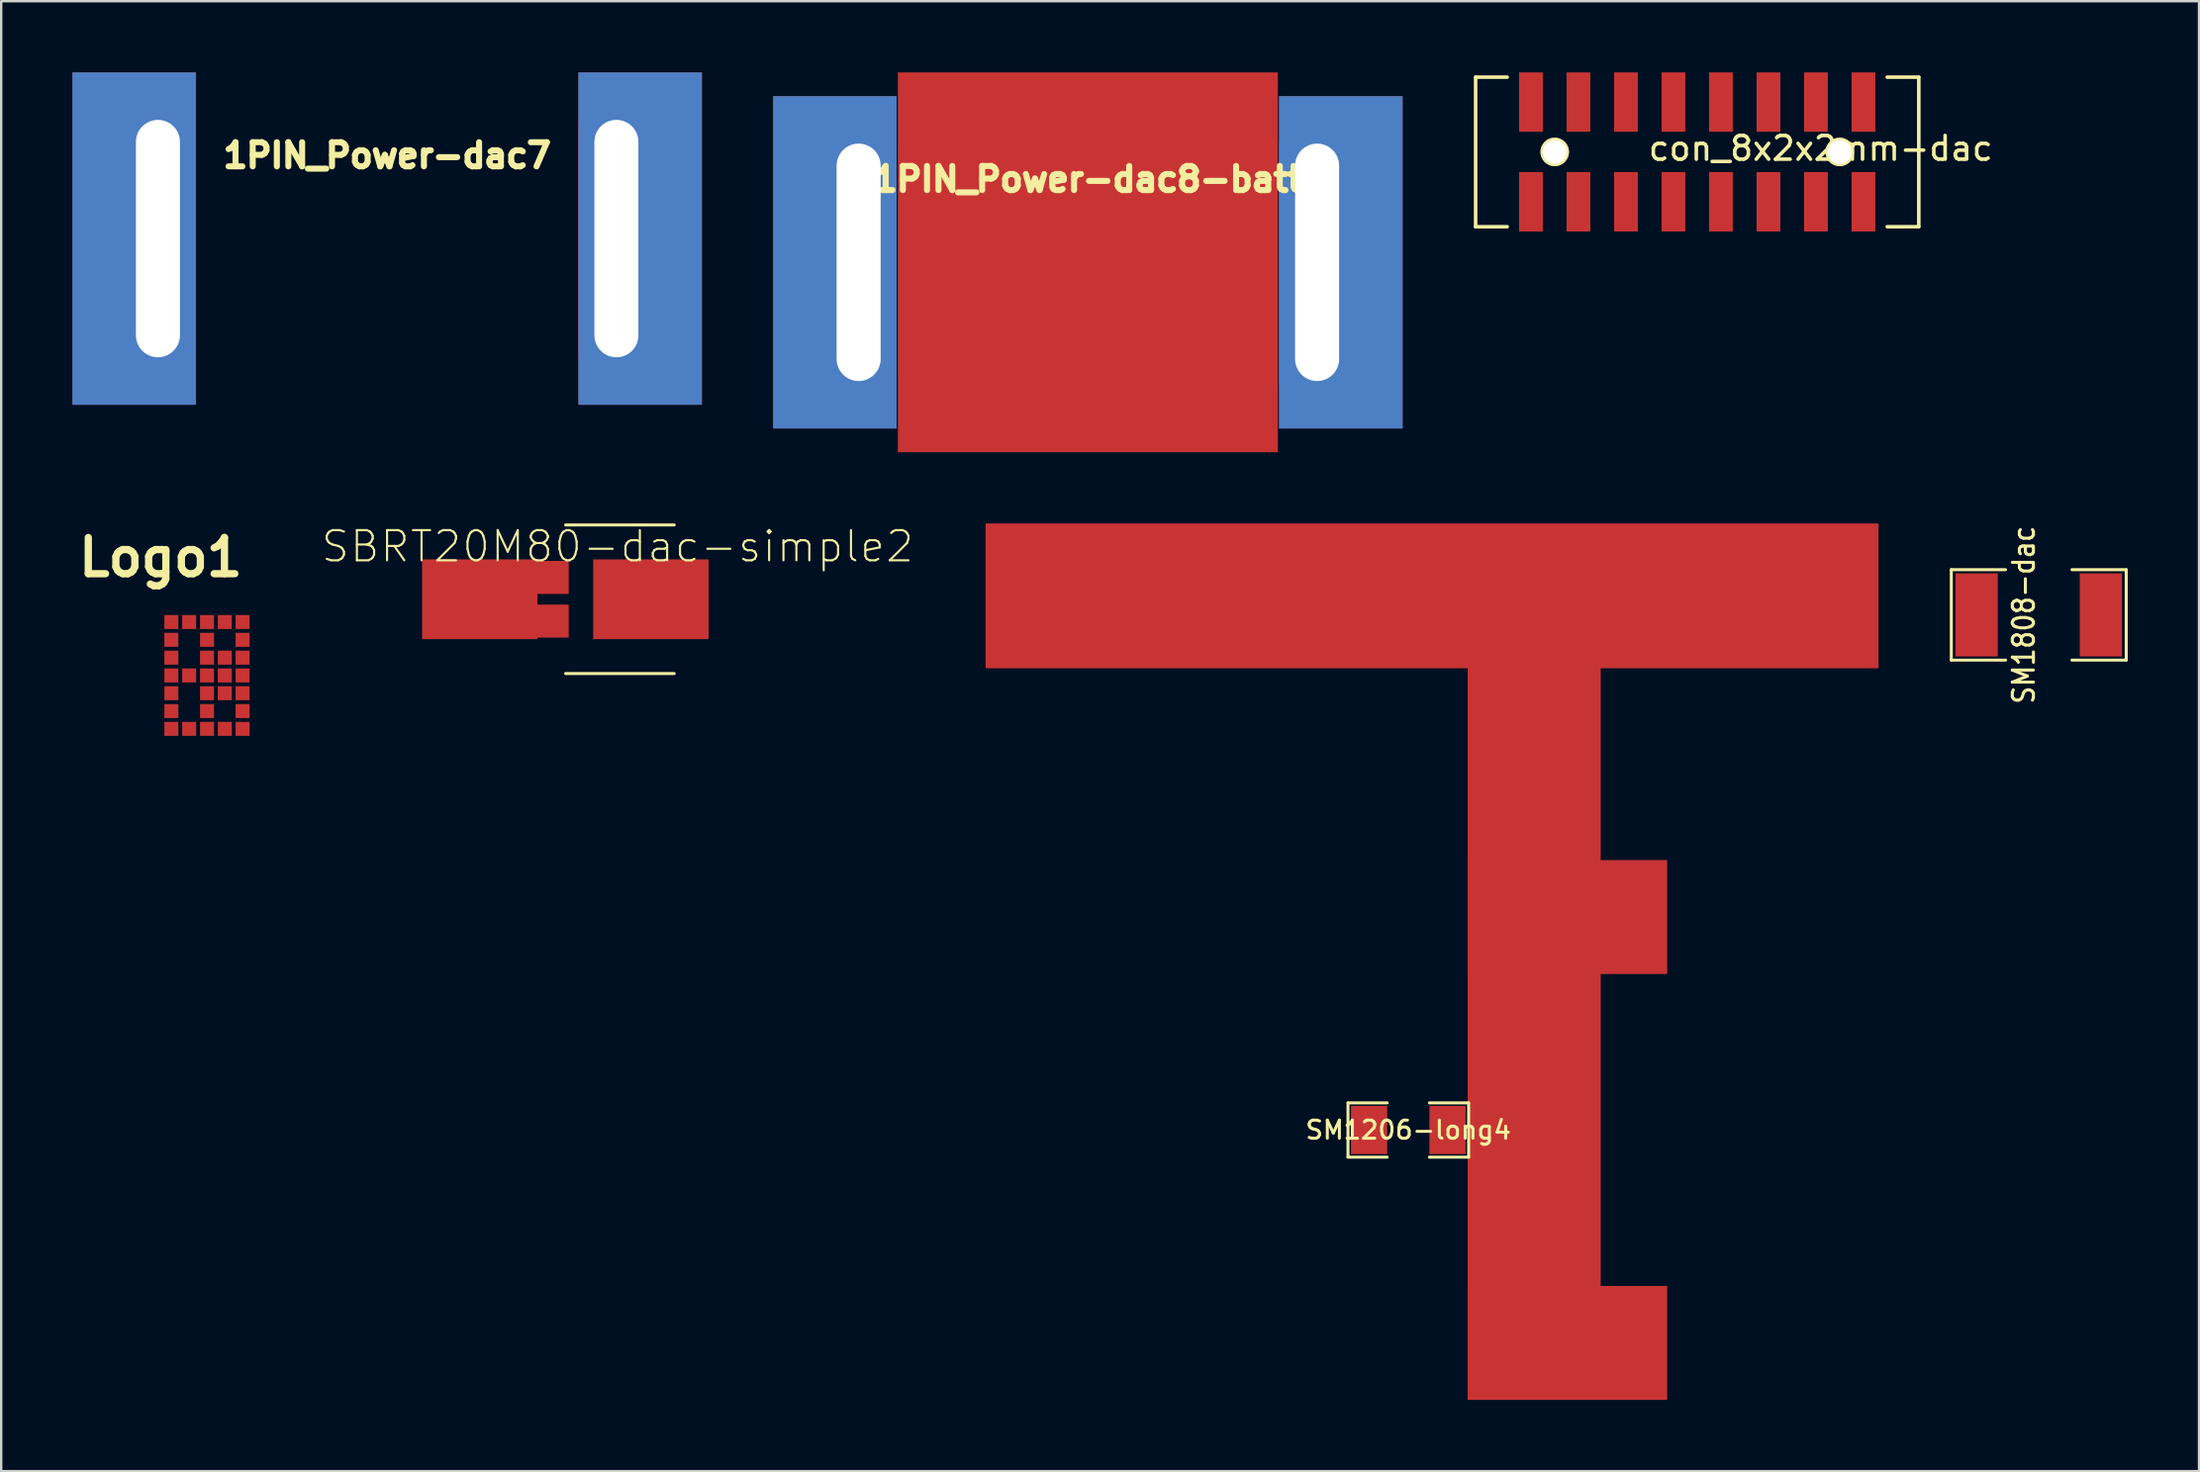
<source format=kicad_pcb>
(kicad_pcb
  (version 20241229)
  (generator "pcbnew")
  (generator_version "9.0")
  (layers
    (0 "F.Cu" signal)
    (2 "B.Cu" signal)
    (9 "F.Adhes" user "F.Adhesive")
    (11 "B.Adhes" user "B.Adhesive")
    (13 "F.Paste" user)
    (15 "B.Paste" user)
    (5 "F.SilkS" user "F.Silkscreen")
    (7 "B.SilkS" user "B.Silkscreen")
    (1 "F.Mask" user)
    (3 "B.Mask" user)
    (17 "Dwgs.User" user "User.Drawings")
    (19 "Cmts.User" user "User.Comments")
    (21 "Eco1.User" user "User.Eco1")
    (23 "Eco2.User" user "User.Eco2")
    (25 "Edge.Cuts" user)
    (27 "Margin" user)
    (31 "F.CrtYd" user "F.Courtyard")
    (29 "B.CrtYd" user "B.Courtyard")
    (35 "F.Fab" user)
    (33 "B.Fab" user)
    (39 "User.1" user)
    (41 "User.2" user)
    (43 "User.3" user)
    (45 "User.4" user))
  (footprint "Logo1"
    (layer "F.Cu")
    (at 3.716 28.102)
    (property "Reference" "Logo1" (at 0 -7.676 0) (layer "F.SilkS") (effects (font (size 1.524 1.524) (thickness 0.305))))
    (attr through_hole)
    (pad "40" smd rect (at 0.45 -0.45) (size 0.589 0.589) (layers "F.Cu"))
    (pad "43" smd rect (at 0.45 -1.199) (size 0.589 0.589) (layers "F.Cu"))
    (pad "44" smd rect (at 0.45 -1.951) (size 0.589 0.589) (layers "F.Cu"))
    (pad "45" smd rect (at 0.45 -2.7) (size 0.589 0.589) (layers "F.Cu"))
    (pad "46" smd rect (at 0.45 -3.449) (size 0.589 0.589) (layers "F.Cu"))
    (pad "47" smd rect (at 0.45 -4.201) (size 0.589 0.589) (layers "F.Cu"))
    (pad "48" smd rect (at 0.45 -4.95) (size 0.589 0.589) (layers "F.Cu"))
    (pad "49" smd rect (at 1.199 -0.45) (size 0.589 0.589) (layers "F.Cu"))
    (pad "50" smd rect (at 1.199 -2.7) (size 0.589 0.589) (layers "F.Cu"))
    (pad "51" smd rect (at 1.199 -4.95) (size 0.589 0.589) (layers "F.Cu"))
    (pad "52" smd rect (at 1.951 -0.45) (size 0.589 0.589) (layers "F.Cu"))
    (pad "53" smd rect (at 1.951 -1.199) (size 0.589 0.589) (layers "F.Cu"))
    (pad "54" smd rect (at 1.951 -1.951) (size 0.589 0.589) (layers "F.Cu"))
    (pad "55" smd rect (at 1.951 -2.7) (size 0.589 0.589) (layers "F.Cu"))
    (pad "56" smd rect (at 1.951 -3.449) (size 0.589 0.589) (layers "F.Cu"))
    (pad "57" smd rect (at 1.951 -4.201) (size 0.589 0.589) (layers "F.Cu"))
    (pad "58" smd rect (at 1.951 -4.95) (size 0.589 0.589) (layers "F.Cu"))
    (pad "59" smd rect (at 2.7 -0.45) (size 0.589 0.589) (layers "F.Cu"))
    (pad "60" smd rect (at 2.7 -1.951) (size 0.589 0.589) (layers "F.Cu"))
    (pad "61" smd rect (at 2.7 -2.7) (size 0.589 0.589) (layers "F.Cu"))
    (pad "62" smd rect (at 2.7 -3.449) (size 0.589 0.589) (layers "F.Cu"))
    (pad "63" smd rect (at 2.7 -4.95) (size 0.589 0.589) (layers "F.Cu"))
    (pad "64" smd rect (at 3.449 -0.45) (size 0.589 0.589) (layers "F.Cu"))
    (pad "65" smd rect (at 3.449 -1.199) (size 0.589 0.589) (layers "F.Cu"))
    (pad "66" smd rect (at 3.449 -1.951) (size 0.589 0.589) (layers "F.Cu"))
    (pad "67" smd rect (at 3.449 -2.7) (size 0.589 0.589) (layers "F.Cu"))
    (pad "68" smd rect (at 3.449 -3.449) (size 0.589 0.589) (layers "F.Cu"))
    (pad "69" smd rect (at 3.449 -4.201) (size 0.589 0.589) (layers "F.Cu"))
    (pad "70" smd rect (at 3.449 -4.95) (size 0.589 0.589) (layers "F.Cu")))
  (footprint "SBRT20M80-dac-simple2"
    (layer "F.Cu")
    (at 23.053 22.193)
    (property "Reference" "SBRT20M80-dac-simple2" (at -0.099 -2.225 0) (layer "F.SilkS") (effects (font (size 1.27 1.27) (thickness 0.089))))
    (attr smd)
    (fp_line (start -2.286 -3.129) (end 2.286 -3.129) (stroke (width 0.127) (type solid)) (layer "F.SilkS"))
    (fp_line (start -2.286 3.129) (end 2.286 3.129) (stroke (width 0.127) (type solid)) (layer "F.SilkS"))
    (pad "1" smd rect (at -5.9 0) (size 4.86 3.36) (layers "F.Cu"))
    (pad "1" smd rect (at -2.856 -0.92) (size 1.4 1.39) (layers "F.Cu" "F.Mask" "F.Paste"))
    (pad "1" smd rect (at -2.856 0.92) (size 1.4 1.39) (layers "F.Cu" "F.Mask" "F.Paste"))
    (pad "2" smd rect (at 1.304 0) (size 4.86 3.36) (layers "F.Cu" "F.Mask" "F.Paste")))
  (footprint "SM1206-long4"
    (layer "F.Cu")
    (at 56.249 44.55)
    (property "Reference" "SM1206-long4" (at 0 0 0) (layer "F.SilkS") (effects (font (size 0.762 0.762) (thickness 0.127))))
    (attr smd)
    (fp_line (start -2.54 -1.143) (end -2.54 1.143) (stroke (width 0.127) (type solid)) (layer "F.SilkS"))
    (fp_line (start -2.54 1.143) (end -0.889 1.143) (stroke (width 0.127) (type solid)) (layer "F.SilkS"))
    (fp_line (start -0.889 -1.143) (end -2.54 -1.143) (stroke (width 0.127) (type solid)) (layer "F.SilkS"))
    (fp_line (start 0.889 -1.143) (end 2.54 -1.143) (stroke (width 0.127) (type solid)) (layer "F.SilkS"))
    (fp_line (start 2.54 -1.143) (end 2.54 1.143) (stroke (width 0.127) (type solid)) (layer "F.SilkS"))
    (fp_line (start 2.54 1.143) (end 0.889 1.143) (stroke (width 0.127) (type solid)) (layer "F.SilkS"))
    (pad "1" smd rect (at -1.651 0) (size 1.524 2.032) (layers "F.Cu" "F.Mask" "F.Paste"))
    (pad "2" smd rect (at 1 -22.5) (size 37.6 6.1) (layers "F.Cu"))
    (pad "2" smd rect (at 1.651 0) (size 1.524 2.032) (layers "F.Cu" "F.Mask" "F.Paste"))
    (pad "2" smd rect (at 5.3 0) (size 5.6 30.8) (drill (offset 0 -4.1)) (layers "F.Cu"))
    (pad "2" smd rect (at 6.7 -8.97) (size 8.4 4.8) (layers "F.Cu"))
    (pad "2" smd rect (at 6.7 8.97) (size 8.4 4.8) (layers "F.Cu")))
  (footprint "1PIN_Power-dac8-batt"
    (layer "F.Cu")
    (at 42.756 8)
    (property "Reference" "1PIN_Power-dac8-batt" (at 0 -3.5 0) (layer "F.SilkS") (effects (font (size 1.016 1.016) (thickness 0.254))))
    (attr through_hole)
    (pad "1" smd oval (at -9.652 0) (size 3.2 13) (layers "F.Cu" "F.Mask"))
    (pad "1" thru_hole rect (at -9.652 0) (size 5.2 14) (drill oval 1.854 10 (offset -1 0)) (layers "*.Cu"))
    (pad "1" smd rect (at 0 0) (size 16 16) (layers "F.Cu"))
    (pad "1" smd oval (at 9.652 0) (size 3.2 13) (layers "F.Cu" "F.Mask"))
    (pad "1" thru_hole rect (at 9.652 0) (size 5.2 14) (drill oval 1.854 10 (offset 1 0)) (layers "*.Cu")))
  (footprint "1PIN_Power-dac7"
    (layer "F.Cu")
    (at 13.252 7)
    (property "Reference" "1PIN_Power-dac7" (at 0 -3.5 0) (layer "F.SilkS") (effects (font (size 1.016 1.016) (thickness 0.254))))
    (attr through_hole)
    (pad "1" smd oval (at -9.652 0) (size 3.2 13) (layers "F.Cu" "F.Mask"))
    (pad "1" thru_hole rect (at -9.652 0) (size 5.2 14) (drill oval 1.854 10 (offset -1 0)) (layers "F.Cu"))
    (pad "1" smd oval (at 9.652 0) (size 3.2 13) (layers "F.Cu" "F.Mask"))
    (pad "1" thru_hole rect (at 9.652 0) (size 5.2 14) (drill oval 1.854 10 (offset 1 0)) (layers "F.Cu")))
  (footprint "SM1808-dac"
    (layer "F.Cu")
    (at 82.795 22.852)
    (property "Reference" "SM1808-dac" (at -0.63 0 90) (layer "F.SilkS") (effects (font (size 0.889 0.762) (thickness 0.127))))
    (attr smd)
    (fp_line (start -3.683 -1.905) (end -3.683 1.905) (stroke (width 0.127) (type solid)) (layer "F.SilkS"))
    (fp_line (start -3.683 1.905) (end -1.397 1.905) (stroke (width 0.127) (type solid)) (layer "F.SilkS"))
    (fp_line (start -1.397 -1.905) (end -3.683 -1.905) (stroke (width 0.127) (type solid)) (layer "F.SilkS"))
    (fp_line (start 1.397 1.905) (end 3.683 1.905) (stroke (width 0.127) (type solid)) (layer "F.SilkS"))
    (fp_line (start 3.683 -1.905) (end 1.397 -1.905) (stroke (width 0.127) (type solid)) (layer "F.SilkS"))
    (fp_line (start 3.683 1.905) (end 3.683 -1.905) (stroke (width 0.127) (type solid)) (layer "F.SilkS"))
    (pad "1" smd rect (at -2.615 0) (size 1.78 3.5) (layers "F.Cu" "F.Mask" "F.Paste"))
    (pad "2" smd rect (at 2.615 0) (size 1.78 3.5) (layers "F.Cu" "F.Mask" "F.Paste")))
  (footprint "con_8x2x2mm-dac"
    (layer "F.Cu")
    (at 68.413 3.35)
    (property "Reference" "con_8x2x2mm-dac" (at 5.2 -0.15 0) (layer "F.SilkS") (effects (font (size 1 1) (thickness 0.15))))
    (attr through_hole)
    (fp_line (start -9.33 -3.15) (end -9.33 3.15) (stroke (width 0.15) (type solid)) (layer "F.SilkS"))
    (fp_line (start -9.33 -3.15) (end -8 -3.15) (stroke (width 0.15) (type solid)) (layer "F.SilkS"))
    (fp_line (start -9.33 3.15) (end -8 3.15) (stroke (width 0.15) (type solid)) (layer "F.SilkS"))
    (fp_line (start 9.33 -3.15) (end 8 -3.15) (stroke (width 0.15) (type solid)) (layer "F.SilkS"))
    (fp_line (start 9.33 3.15) (end 8 3.15) (stroke (width 0.15) (type solid)) (layer "F.SilkS"))
    (fp_line (start 9.33 3.15) (end 9.33 -3.15) (stroke (width 0.15) (type solid)) (layer "F.SilkS"))
    (pad "1" smd rect (at -7 2.1) (size 1 2.5) (layers "F.Cu" "F.Mask" "F.Paste"))
    (pad "2" smd rect (at -7 -2.1) (size 1 2.5) (layers "F.Cu" "F.Mask" "F.Paste"))
    (pad "3" smd rect (at -5 2.1) (size 1 2.5) (layers "F.Cu" "F.Mask" "F.Paste"))
    (pad "4" smd rect (at -5 -2.1) (size 1 2.5) (layers "F.Cu" "F.Mask" "F.Paste"))
    (pad "5" smd rect (at -3 2.1) (size 1 2.5) (layers "F.Cu" "F.Mask" "F.Paste"))
    (pad "6" smd rect (at -3 -2.1) (size 1 2.5) (layers "F.Cu" "F.Mask" "F.Paste"))
    (pad "7" smd rect (at -1 2.1) (size 1 2.5) (layers "F.Cu" "F.Mask" "F.Paste"))
    (pad "8" smd rect (at -1 -2.1) (size 1 2.5) (layers "F.Cu" "F.Mask" "F.Paste"))
    (pad "9" smd rect (at 1 2.1) (size 1 2.5) (layers "F.Cu" "F.Mask" "F.Paste"))
    (pad "10" smd rect (at 1 -2.1) (size 1 2.5) (layers "F.Cu" "F.Mask" "F.Paste"))
    (pad "11" smd rect (at 3 2.1) (size 1 2.5) (layers "F.Cu" "F.Mask" "F.Paste"))
    (pad "12" smd rect (at 3 -2.1) (size 1 2.5) (layers "F.Cu" "F.Mask" "F.Paste"))
    (pad "13" smd rect (at 5 2.1) (size 1 2.5) (layers "F.Cu" "F.Mask" "F.Paste"))
    (pad "14" smd rect (at 5 -2.1) (size 1 2.5) (layers "F.Cu" "F.Mask" "F.Paste"))
    (pad "15" smd rect (at 7 2.1) (size 1 2.5) (layers "F.Cu" "F.Mask" "F.Paste"))
    (pad "16" smd rect (at 7 -2.1) (size 1 2.5) (layers "F.Cu" "F.Mask" "F.Paste"))
    (pad "21" thru_hole circle (at 6 0) (size 1.2 1.2) (drill 1) (layers "*.Cu" "*.Mask" "F.SilkS"))
    (pad "22" thru_hole circle (at -6 0) (size 1.2 1.2) (drill 1) (layers "*.Cu" "*.Mask" "F.SilkS")))
  (gr_rect
    (start -3 -3)
    (end 89.542 58.92)
    (stroke (width 0.1) (type default))
    (fill no)
    (layer "Edge.Cuts")))
</source>
